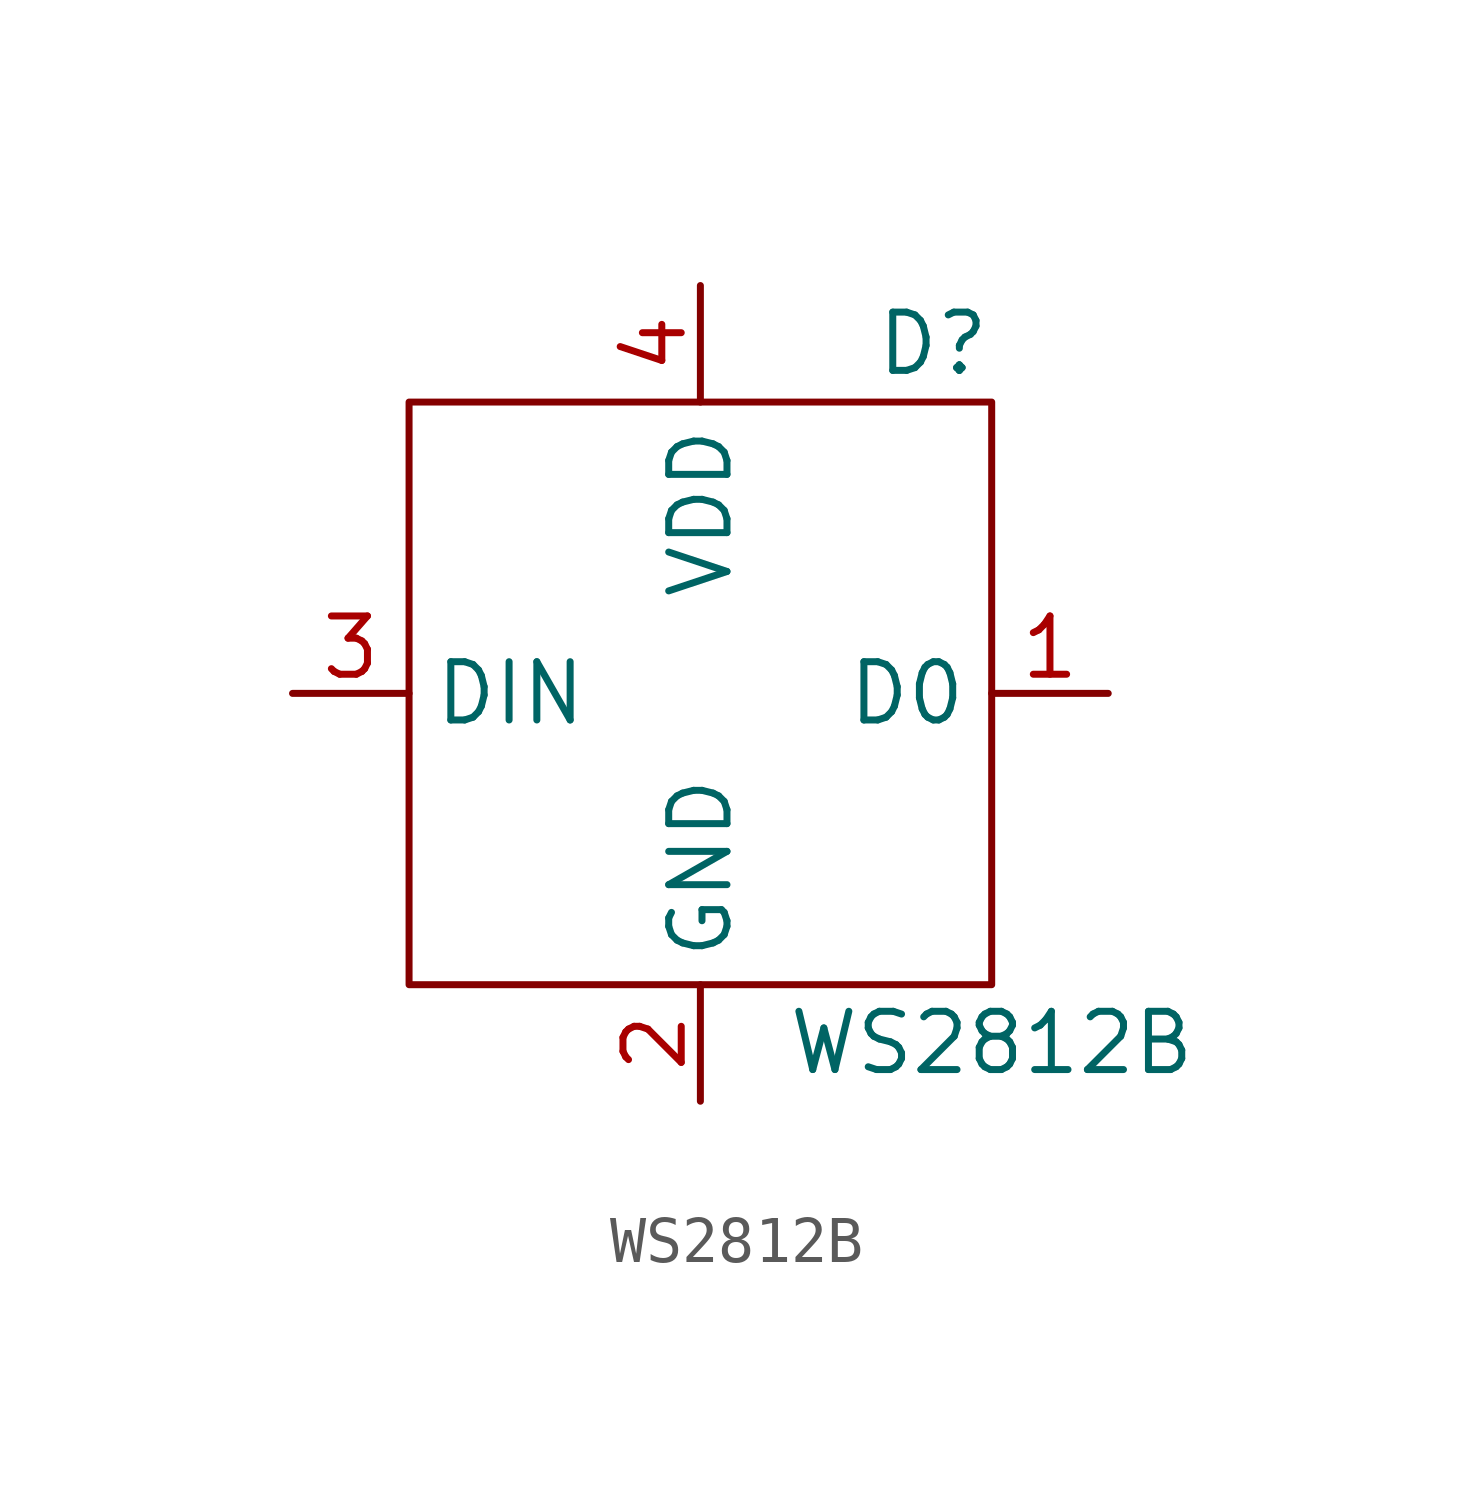
<source format=kicad_sym>
(kicad_symbol_lib
  (version 20220914)
  (generator kicad_symbol_editor)
  (symbol "WS2812B"
    (property "Reference" "D"
      (at 6.35 7.62 0)
      (effects (font (size 1.27 1.27)) (justify right)))
    (property "Value" "WS2812B"
      (at 6.35 -7.62 0)
      (effects (font (size 1.27 1.27))))
    (symbol "WS2812B_0_1"
      (rectangle (start -6.35 6.35) (end 6.35 -6.35) (stroke (width 0) (type default)) (fill (type none))))
    (symbol "WS2812B_1_1"
      (pin output line (at 8.89 0 180) (length 2.54) (name "D0" (effects (font (size 1.27 1.27)))) (number "1" (effects (font (size 1.27 1.27)))))
      (pin power_in line (at 0 -8.89 90) (length 2.54) (name "GND" (effects (font (size 1.27 1.27)))) (number "2" (effects (font (size 1.27 1.27)))))
      (pin input line (at -8.89 0 0) (length 2.54) (name "DIN" (effects (font (size 1.27 1.27)))) (number "3" (effects (font (size 1.27 1.27)))))
      (pin power_in line (at 0 8.89 270) (length 2.54) (name "VDD" (effects (font (size 1.27 1.27)))) (number "4" (effects (font (size 1.27 1.27))))))))
</source>
